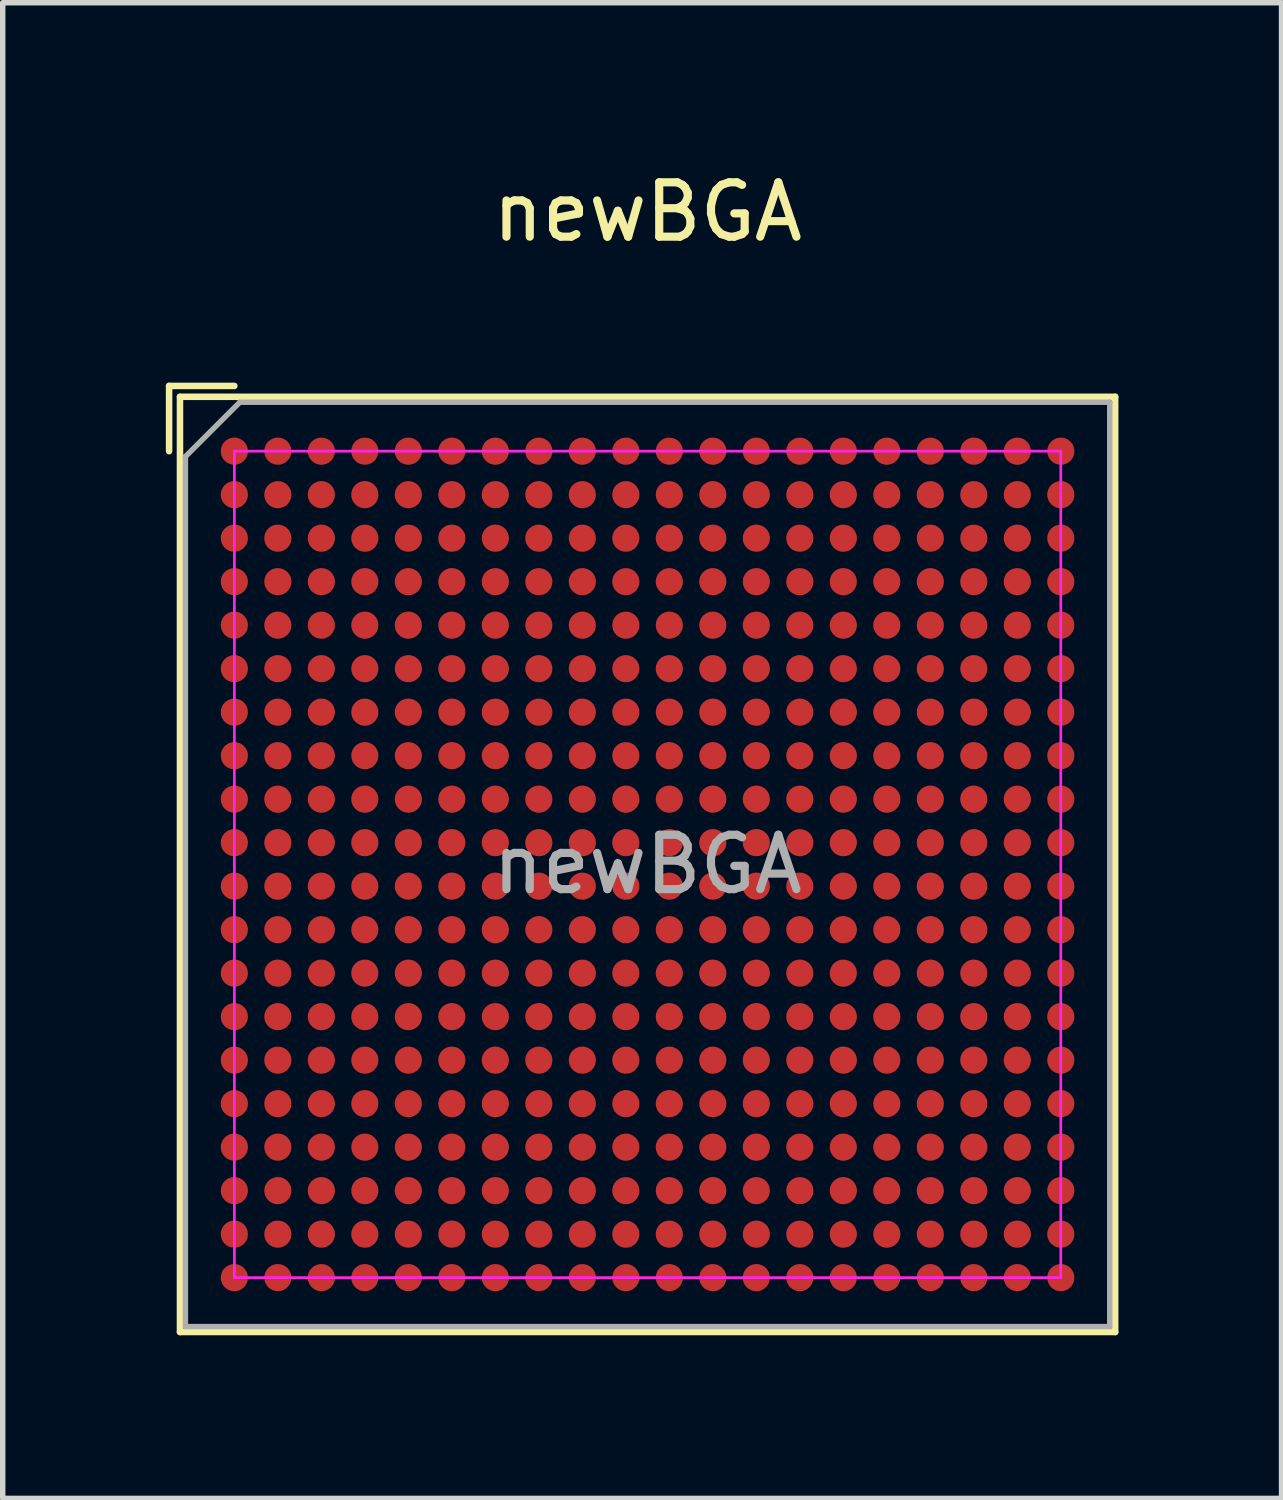
<source format=kicad_pcb>
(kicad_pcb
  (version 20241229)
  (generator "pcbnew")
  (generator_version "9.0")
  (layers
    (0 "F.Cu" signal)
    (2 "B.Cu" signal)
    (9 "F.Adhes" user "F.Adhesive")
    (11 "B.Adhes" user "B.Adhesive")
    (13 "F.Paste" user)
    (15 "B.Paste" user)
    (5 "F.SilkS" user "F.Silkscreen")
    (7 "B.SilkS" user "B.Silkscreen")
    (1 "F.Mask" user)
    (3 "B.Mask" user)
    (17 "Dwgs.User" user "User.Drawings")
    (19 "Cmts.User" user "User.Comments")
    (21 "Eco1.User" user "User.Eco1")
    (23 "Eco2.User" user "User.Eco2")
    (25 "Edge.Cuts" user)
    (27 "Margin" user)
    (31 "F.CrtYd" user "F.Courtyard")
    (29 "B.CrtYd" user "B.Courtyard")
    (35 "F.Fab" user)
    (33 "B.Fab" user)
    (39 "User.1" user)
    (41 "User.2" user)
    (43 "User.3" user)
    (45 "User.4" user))
  (footprint "newBGA"
    (layer "F.Cu")
    (at 8.86 12.848)
    (property "Reference" "newBGA" (at 0 -12 0) (layer "F.SilkS") (effects (font (size 1 1) (thickness 0.15))))
    (attr smd)
    (fp_line (start -8.8 -8.8) (end -7.6 -8.8) (stroke (width 0.12) (type solid)) (layer "F.SilkS"))
    (fp_line (start -8.8 -7.6) (end -8.8 -8.8) (stroke (width 0.12) (type solid)) (layer "F.SilkS"))
    (fp_line (start -8.6 -8.6) (end 8.6 -8.6) (stroke (width 0.12) (type solid)) (layer "F.SilkS"))
    (fp_line (start -8.6 8.6) (end -8.6 -8.6) (stroke (width 0.12) (type solid)) (layer "F.SilkS"))
    (fp_line (start 8.6 -8.6) (end 8.6 8.6) (stroke (width 0.12) (type solid)) (layer "F.SilkS"))
    (fp_line (start 8.6 8.6) (end -8.6 8.6) (stroke (width 0.12) (type solid)) (layer "F.SilkS"))
    (fp_line (start -7.6 -7.6) (end -7.6 7.6) (stroke (width 0.05) (type solid)) (layer "F.CrtYd"))
    (fp_line (start -7.6 -7.6) (end 7.6 -7.6) (stroke (width 0.05) (type solid)) (layer "F.CrtYd"))
    (fp_line (start 7.6 7.6) (end -7.6 7.6) (stroke (width 0.05) (type solid)) (layer "F.CrtYd"))
    (fp_line (start 7.6 7.6) (end 7.6 -7.6) (stroke (width 0.05) (type solid)) (layer "F.CrtYd"))
    (fp_line (start -8.5 -7.5) (end -7.5 -8.5) (stroke (width 0.1) (type solid)) (layer "F.Fab"))
    (fp_line (start -8.5 8.5) (end -8.5 -7.5) (stroke (width 0.1) (type solid)) (layer "F.Fab"))
    (fp_line (start -7.5 -8.5) (end 8.5 -8.5) (stroke (width 0.1) (type solid)) (layer "F.Fab"))
    (fp_line (start 8.5 -8.5) (end 8.5 8.5) (stroke (width 0.1) (type solid)) (layer "F.Fab"))
    (fp_line (start 8.5 8.5) (end -8.5 8.5) (stroke (width 0.1) (type solid)) (layer "F.Fab"))
    (fp_text user "${REFERENCE}" (at 0 0 0) (layer "F.Fab") (effects (font (size 1 1) (thickness 0.15))))
    (pad "A1" smd circle (at -7.6 -7.6) (size 0.5 0.5) (layers "F.Cu" "F.Mask" "F.Paste"))
    (pad "A2" smd circle (at -6.8 -7.6) (size 0.5 0.5) (layers "F.Cu" "F.Mask" "F.Paste"))
    (pad "A3" smd circle (at -6 -7.6) (size 0.5 0.5) (layers "F.Cu" "F.Mask" "F.Paste"))
    (pad "A4" smd circle (at -5.2 -7.6) (size 0.5 0.5) (layers "F.Cu" "F.Mask" "F.Paste"))
    (pad "A5" smd circle (at -4.4 -7.6) (size 0.5 0.5) (layers "F.Cu" "F.Mask" "F.Paste"))
    (pad "A6" smd circle (at -3.6 -7.6) (size 0.5 0.5) (layers "F.Cu" "F.Mask" "F.Paste"))
    (pad "A7" smd circle (at -2.8 -7.6) (size 0.5 0.5) (layers "F.Cu" "F.Mask" "F.Paste"))
    (pad "A8" smd circle (at -2 -7.6) (size 0.5 0.5) (layers "F.Cu" "F.Mask" "F.Paste"))
    (pad "A9" smd circle (at -1.2 -7.6) (size 0.5 0.5) (layers "F.Cu" "F.Mask" "F.Paste"))
    (pad "A10" smd circle (at -0.4 -7.6) (size 0.5 0.5) (layers "F.Cu" "F.Mask" "F.Paste"))
    (pad "A11" smd circle (at 0.4 -7.6) (size 0.5 0.5) (layers "F.Cu" "F.Mask" "F.Paste"))
    (pad "A12" smd circle (at 1.2 -7.6) (size 0.5 0.5) (layers "F.Cu" "F.Mask" "F.Paste"))
    (pad "A13" smd circle (at 2 -7.6) (size 0.5 0.5) (layers "F.Cu" "F.Mask" "F.Paste"))
    (pad "A14" smd circle (at 2.8 -7.6) (size 0.5 0.5) (layers "F.Cu" "F.Mask" "F.Paste"))
    (pad "A15" smd circle (at 3.6 -7.6) (size 0.5 0.5) (layers "F.Cu" "F.Mask" "F.Paste"))
    (pad "A16" smd circle (at 4.4 -7.6) (size 0.5 0.5) (layers "F.Cu" "F.Mask" "F.Paste"))
    (pad "A17" smd circle (at 5.2 -7.6) (size 0.5 0.5) (layers "F.Cu" "F.Mask" "F.Paste"))
    (pad "A18" smd circle (at 6 -7.6) (size 0.5 0.5) (layers "F.Cu" "F.Mask" "F.Paste"))
    (pad "A19" smd circle (at 6.8 -7.6) (size 0.5 0.5) (layers "F.Cu" "F.Mask" "F.Paste"))
    (pad "A20" smd circle (at 7.6 -7.6) (size 0.5 0.5) (layers "F.Cu" "F.Mask" "F.Paste"))
    (pad "B1" smd circle (at -7.6 -6.8) (size 0.5 0.5) (layers "F.Cu" "F.Mask" "F.Paste"))
    (pad "B2" smd circle (at -6.8 -6.8) (size 0.5 0.5) (layers "F.Cu" "F.Mask" "F.Paste"))
    (pad "B3" smd circle (at -6 -6.8) (size 0.5 0.5) (layers "F.Cu" "F.Mask" "F.Paste"))
    (pad "B4" smd circle (at -5.2 -6.8) (size 0.5 0.5) (layers "F.Cu" "F.Mask" "F.Paste"))
    (pad "B5" smd circle (at -4.4 -6.8) (size 0.5 0.5) (layers "F.Cu" "F.Mask" "F.Paste"))
    (pad "B6" smd circle (at -3.6 -6.8) (size 0.5 0.5) (layers "F.Cu" "F.Mask" "F.Paste"))
    (pad "B7" smd circle (at -2.8 -6.8) (size 0.5 0.5) (layers "F.Cu" "F.Mask" "F.Paste"))
    (pad "B8" smd circle (at -2 -6.8) (size 0.5 0.5) (layers "F.Cu" "F.Mask" "F.Paste"))
    (pad "B9" smd circle (at -1.2 -6.8) (size 0.5 0.5) (layers "F.Cu" "F.Mask" "F.Paste"))
    (pad "B10" smd circle (at -0.4 -6.8) (size 0.5 0.5) (layers "F.Cu" "F.Mask" "F.Paste"))
    (pad "B11" smd circle (at 0.4 -6.8) (size 0.5 0.5) (layers "F.Cu" "F.Mask" "F.Paste"))
    (pad "B12" smd circle (at 1.2 -6.8) (size 0.5 0.5) (layers "F.Cu" "F.Mask" "F.Paste"))
    (pad "B13" smd circle (at 2 -6.8) (size 0.5 0.5) (layers "F.Cu" "F.Mask" "F.Paste"))
    (pad "B14" smd circle (at 2.8 -6.8) (size 0.5 0.5) (layers "F.Cu" "F.Mask" "F.Paste"))
    (pad "B15" smd circle (at 3.6 -6.8) (size 0.5 0.5) (layers "F.Cu" "F.Mask" "F.Paste"))
    (pad "B16" smd circle (at 4.4 -6.8) (size 0.5 0.5) (layers "F.Cu" "F.Mask" "F.Paste"))
    (pad "B17" smd circle (at 5.2 -6.8) (size 0.5 0.5) (layers "F.Cu" "F.Mask" "F.Paste"))
    (pad "B18" smd circle (at 6 -6.8) (size 0.5 0.5) (layers "F.Cu" "F.Mask" "F.Paste"))
    (pad "B19" smd circle (at 6.8 -6.8) (size 0.5 0.5) (layers "F.Cu" "F.Mask" "F.Paste"))
    (pad "B20" smd circle (at 7.6 -6.8) (size 0.5 0.5) (layers "F.Cu" "F.Mask" "F.Paste"))
    (pad "C1" smd circle (at -7.6 -6) (size 0.5 0.5) (layers "F.Cu" "F.Mask" "F.Paste"))
    (pad "C2" smd circle (at -6.8 -6) (size 0.5 0.5) (layers "F.Cu" "F.Mask" "F.Paste"))
    (pad "C3" smd circle (at -6 -6) (size 0.5 0.5) (layers "F.Cu" "F.Mask" "F.Paste"))
    (pad "C4" smd circle (at -5.2 -6) (size 0.5 0.5) (layers "F.Cu" "F.Mask" "F.Paste"))
    (pad "C5" smd circle (at -4.4 -6) (size 0.5 0.5) (layers "F.Cu" "F.Mask" "F.Paste"))
    (pad "C6" smd circle (at -3.6 -6) (size 0.5 0.5) (layers "F.Cu" "F.Mask" "F.Paste"))
    (pad "C7" smd circle (at -2.8 -6) (size 0.5 0.5) (layers "F.Cu" "F.Mask" "F.Paste"))
    (pad "C8" smd circle (at -2 -6) (size 0.5 0.5) (layers "F.Cu" "F.Mask" "F.Paste"))
    (pad "C9" smd circle (at -1.2 -6) (size 0.5 0.5) (layers "F.Cu" "F.Mask" "F.Paste"))
    (pad "C10" smd circle (at -0.4 -6) (size 0.5 0.5) (layers "F.Cu" "F.Mask" "F.Paste"))
    (pad "C11" smd circle (at 0.4 -6) (size 0.5 0.5) (layers "F.Cu" "F.Mask" "F.Paste"))
    (pad "C12" smd circle (at 1.2 -6) (size 0.5 0.5) (layers "F.Cu" "F.Mask" "F.Paste"))
    (pad "C13" smd circle (at 2 -6) (size 0.5 0.5) (layers "F.Cu" "F.Mask" "F.Paste"))
    (pad "C14" smd circle (at 2.8 -6) (size 0.5 0.5) (layers "F.Cu" "F.Mask" "F.Paste"))
    (pad "C15" smd circle (at 3.6 -6) (size 0.5 0.5) (layers "F.Cu" "F.Mask" "F.Paste"))
    (pad "C16" smd circle (at 4.4 -6) (size 0.5 0.5) (layers "F.Cu" "F.Mask" "F.Paste"))
    (pad "C17" smd circle (at 5.2 -6) (size 0.5 0.5) (layers "F.Cu" "F.Mask" "F.Paste"))
    (pad "C18" smd circle (at 6 -6) (size 0.5 0.5) (layers "F.Cu" "F.Mask" "F.Paste"))
    (pad "C19" smd circle (at 6.8 -6) (size 0.5 0.5) (layers "F.Cu" "F.Mask" "F.Paste"))
    (pad "C20" smd circle (at 7.6 -6) (size 0.5 0.5) (layers "F.Cu" "F.Mask" "F.Paste"))
    (pad "D1" smd circle (at -7.6 -5.2) (size 0.5 0.5) (layers "F.Cu" "F.Mask" "F.Paste"))
    (pad "D2" smd circle (at -6.8 -5.2) (size 0.5 0.5) (layers "F.Cu" "F.Mask" "F.Paste"))
    (pad "D3" smd circle (at -6 -5.2) (size 0.5 0.5) (layers "F.Cu" "F.Mask" "F.Paste"))
    (pad "D4" smd circle (at -5.2 -5.2) (size 0.5 0.5) (layers "F.Cu" "F.Mask" "F.Paste"))
    (pad "D5" smd circle (at -4.4 -5.2) (size 0.5 0.5) (layers "F.Cu" "F.Mask" "F.Paste"))
    (pad "D6" smd circle (at -3.6 -5.2) (size 0.5 0.5) (layers "F.Cu" "F.Mask" "F.Paste"))
    (pad "D7" smd circle (at -2.8 -5.2) (size 0.5 0.5) (layers "F.Cu" "F.Mask" "F.Paste"))
    (pad "D8" smd circle (at -2 -5.2) (size 0.5 0.5) (layers "F.Cu" "F.Mask" "F.Paste"))
    (pad "D9" smd circle (at -1.2 -5.2) (size 0.5 0.5) (layers "F.Cu" "F.Mask" "F.Paste"))
    (pad "D10" smd circle (at -0.4 -5.2) (size 0.5 0.5) (layers "F.Cu" "F.Mask" "F.Paste"))
    (pad "D11" smd circle (at 0.4 -5.2) (size 0.5 0.5) (layers "F.Cu" "F.Mask" "F.Paste"))
    (pad "D12" smd circle (at 1.2 -5.2) (size 0.5 0.5) (layers "F.Cu" "F.Mask" "F.Paste"))
    (pad "D13" smd circle (at 2 -5.2) (size 0.5 0.5) (layers "F.Cu" "F.Mask" "F.Paste"))
    (pad "D14" smd circle (at 2.8 -5.2) (size 0.5 0.5) (layers "F.Cu" "F.Mask" "F.Paste"))
    (pad "D15" smd circle (at 3.6 -5.2) (size 0.5 0.5) (layers "F.Cu" "F.Mask" "F.Paste"))
    (pad "D16" smd circle (at 4.4 -5.2) (size 0.5 0.5) (layers "F.Cu" "F.Mask" "F.Paste"))
    (pad "D17" smd circle (at 5.2 -5.2) (size 0.5 0.5) (layers "F.Cu" "F.Mask" "F.Paste"))
    (pad "D18" smd circle (at 6 -5.2) (size 0.5 0.5) (layers "F.Cu" "F.Mask" "F.Paste"))
    (pad "D19" smd circle (at 6.8 -5.2) (size 0.5 0.5) (layers "F.Cu" "F.Mask" "F.Paste"))
    (pad "D20" smd circle (at 7.6 -5.2) (size 0.5 0.5) (layers "F.Cu" "F.Mask" "F.Paste"))
    (pad "E1" smd circle (at -7.6 -4.4) (size 0.5 0.5) (layers "F.Cu" "F.Mask" "F.Paste"))
    (pad "E2" smd circle (at -6.8 -4.4) (size 0.5 0.5) (layers "F.Cu" "F.Mask" "F.Paste"))
    (pad "E3" smd circle (at -6 -4.4) (size 0.5 0.5) (layers "F.Cu" "F.Mask" "F.Paste"))
    (pad "E4" smd circle (at -5.2 -4.4) (size 0.5 0.5) (layers "F.Cu" "F.Mask" "F.Paste"))
    (pad "E5" smd circle (at -4.4 -4.4) (size 0.5 0.5) (layers "F.Cu" "F.Mask" "F.Paste"))
    (pad "E6" smd circle (at -3.6 -4.4) (size 0.5 0.5) (layers "F.Cu" "F.Mask" "F.Paste"))
    (pad "E7" smd circle (at -2.8 -4.4) (size 0.5 0.5) (layers "F.Cu" "F.Mask" "F.Paste"))
    (pad "E8" smd circle (at -2 -4.4) (size 0.5 0.5) (layers "F.Cu" "F.Mask" "F.Paste"))
    (pad "E9" smd circle (at -1.2 -4.4) (size 0.5 0.5) (layers "F.Cu" "F.Mask" "F.Paste"))
    (pad "E10" smd circle (at -0.4 -4.4) (size 0.5 0.5) (layers "F.Cu" "F.Mask" "F.Paste"))
    (pad "E11" smd circle (at 0.4 -4.4) (size 0.5 0.5) (layers "F.Cu" "F.Mask" "F.Paste"))
    (pad "E12" smd circle (at 1.2 -4.4) (size 0.5 0.5) (layers "F.Cu" "F.Mask" "F.Paste"))
    (pad "E13" smd circle (at 2 -4.4) (size 0.5 0.5) (layers "F.Cu" "F.Mask" "F.Paste"))
    (pad "E14" smd circle (at 2.8 -4.4) (size 0.5 0.5) (layers "F.Cu" "F.Mask" "F.Paste"))
    (pad "E15" smd circle (at 3.6 -4.4) (size 0.5 0.5) (layers "F.Cu" "F.Mask" "F.Paste"))
    (pad "E16" smd circle (at 4.4 -4.4) (size 0.5 0.5) (layers "F.Cu" "F.Mask" "F.Paste"))
    (pad "E17" smd circle (at 5.2 -4.4) (size 0.5 0.5) (layers "F.Cu" "F.Mask" "F.Paste"))
    (pad "E18" smd circle (at 6 -4.4) (size 0.5 0.5) (layers "F.Cu" "F.Mask" "F.Paste"))
    (pad "E19" smd circle (at 6.8 -4.4) (size 0.5 0.5) (layers "F.Cu" "F.Mask" "F.Paste"))
    (pad "E20" smd circle (at 7.6 -4.4) (size 0.5 0.5) (layers "F.Cu" "F.Mask" "F.Paste"))
    (pad "F1" smd circle (at -7.6 -3.6) (size 0.5 0.5) (layers "F.Cu" "F.Mask" "F.Paste"))
    (pad "F2" smd circle (at -6.8 -3.6) (size 0.5 0.5) (layers "F.Cu" "F.Mask" "F.Paste"))
    (pad "F3" smd circle (at -6 -3.6) (size 0.5 0.5) (layers "F.Cu" "F.Mask" "F.Paste"))
    (pad "F4" smd circle (at -5.2 -3.6) (size 0.5 0.5) (layers "F.Cu" "F.Mask" "F.Paste"))
    (pad "F5" smd circle (at -4.4 -3.6) (size 0.5 0.5) (layers "F.Cu" "F.Mask" "F.Paste"))
    (pad "F6" smd circle (at -3.6 -3.6) (size 0.5 0.5) (layers "F.Cu" "F.Mask" "F.Paste"))
    (pad "F7" smd circle (at -2.8 -3.6) (size 0.5 0.5) (layers "F.Cu" "F.Mask" "F.Paste"))
    (pad "F8" smd circle (at -2 -3.6) (size 0.5 0.5) (layers "F.Cu" "F.Mask" "F.Paste"))
    (pad "F9" smd circle (at -1.2 -3.6) (size 0.5 0.5) (layers "F.Cu" "F.Mask" "F.Paste"))
    (pad "F10" smd circle (at -0.4 -3.6) (size 0.5 0.5) (layers "F.Cu" "F.Mask" "F.Paste"))
    (pad "F11" smd circle (at 0.4 -3.6) (size 0.5 0.5) (layers "F.Cu" "F.Mask" "F.Paste"))
    (pad "F12" smd circle (at 1.2 -3.6) (size 0.5 0.5) (layers "F.Cu" "F.Mask" "F.Paste"))
    (pad "F13" smd circle (at 2 -3.6) (size 0.5 0.5) (layers "F.Cu" "F.Mask" "F.Paste"))
    (pad "F14" smd circle (at 2.8 -3.6) (size 0.5 0.5) (layers "F.Cu" "F.Mask" "F.Paste"))
    (pad "F15" smd circle (at 3.6 -3.6) (size 0.5 0.5) (layers "F.Cu" "F.Mask" "F.Paste"))
    (pad "F16" smd circle (at 4.4 -3.6) (size 0.5 0.5) (layers "F.Cu" "F.Mask" "F.Paste"))
    (pad "F17" smd circle (at 5.2 -3.6) (size 0.5 0.5) (layers "F.Cu" "F.Mask" "F.Paste"))
    (pad "F18" smd circle (at 6 -3.6) (size 0.5 0.5) (layers "F.Cu" "F.Mask" "F.Paste"))
    (pad "F19" smd circle (at 6.8 -3.6) (size 0.5 0.5) (layers "F.Cu" "F.Mask" "F.Paste"))
    (pad "F20" smd circle (at 7.6 -3.6) (size 0.5 0.5) (layers "F.Cu" "F.Mask" "F.Paste"))
    (pad "G1" smd circle (at -7.6 -2.8) (size 0.5 0.5) (layers "F.Cu" "F.Mask" "F.Paste"))
    (pad "G2" smd circle (at -6.8 -2.8) (size 0.5 0.5) (layers "F.Cu" "F.Mask" "F.Paste"))
    (pad "G3" smd circle (at -6 -2.8) (size 0.5 0.5) (layers "F.Cu" "F.Mask" "F.Paste"))
    (pad "G4" smd circle (at -5.2 -2.8) (size 0.5 0.5) (layers "F.Cu" "F.Mask" "F.Paste"))
    (pad "G5" smd circle (at -4.4 -2.8) (size 0.5 0.5) (layers "F.Cu" "F.Mask" "F.Paste"))
    (pad "G6" smd circle (at -3.6 -2.8) (size 0.5 0.5) (layers "F.Cu" "F.Mask" "F.Paste"))
    (pad "G7" smd circle (at -2.8 -2.8) (size 0.5 0.5) (layers "F.Cu" "F.Mask" "F.Paste"))
    (pad "G8" smd circle (at -2 -2.8) (size 0.5 0.5) (layers "F.Cu" "F.Mask" "F.Paste"))
    (pad "G9" smd circle (at -1.2 -2.8) (size 0.5 0.5) (layers "F.Cu" "F.Mask" "F.Paste"))
    (pad "G10" smd circle (at -0.4 -2.8) (size 0.5 0.5) (layers "F.Cu" "F.Mask" "F.Paste"))
    (pad "G11" smd circle (at 0.4 -2.8) (size 0.5 0.5) (layers "F.Cu" "F.Mask" "F.Paste"))
    (pad "G12" smd circle (at 1.2 -2.8) (size 0.5 0.5) (layers "F.Cu" "F.Mask" "F.Paste"))
    (pad "G13" smd circle (at 2 -2.8) (size 0.5 0.5) (layers "F.Cu" "F.Mask" "F.Paste"))
    (pad "G14" smd circle (at 2.8 -2.8) (size 0.5 0.5) (layers "F.Cu" "F.Mask" "F.Paste"))
    (pad "G15" smd circle (at 3.6 -2.8) (size 0.5 0.5) (layers "F.Cu" "F.Mask" "F.Paste"))
    (pad "G16" smd circle (at 4.4 -2.8) (size 0.5 0.5) (layers "F.Cu" "F.Mask" "F.Paste"))
    (pad "G17" smd circle (at 5.2 -2.8) (size 0.5 0.5) (layers "F.Cu" "F.Mask" "F.Paste"))
    (pad "G18" smd circle (at 6 -2.8) (size 0.5 0.5) (layers "F.Cu" "F.Mask" "F.Paste"))
    (pad "G19" smd circle (at 6.8 -2.8) (size 0.5 0.5) (layers "F.Cu" "F.Mask" "F.Paste"))
    (pad "G20" smd circle (at 7.6 -2.8) (size 0.5 0.5) (layers "F.Cu" "F.Mask" "F.Paste"))
    (pad "H1" smd circle (at -7.6 -2) (size 0.5 0.5) (layers "F.Cu" "F.Mask" "F.Paste"))
    (pad "H2" smd circle (at -6.8 -2) (size 0.5 0.5) (layers "F.Cu" "F.Mask" "F.Paste"))
    (pad "H3" smd circle (at -6 -2) (size 0.5 0.5) (layers "F.Cu" "F.Mask" "F.Paste"))
    (pad "H4" smd circle (at -5.2 -2) (size 0.5 0.5) (layers "F.Cu" "F.Mask" "F.Paste"))
    (pad "H5" smd circle (at -4.4 -2) (size 0.5 0.5) (layers "F.Cu" "F.Mask" "F.Paste"))
    (pad "H6" smd circle (at -3.6 -2) (size 0.5 0.5) (layers "F.Cu" "F.Mask" "F.Paste"))
    (pad "H7" smd circle (at -2.8 -2) (size 0.5 0.5) (layers "F.Cu" "F.Mask" "F.Paste"))
    (pad "H8" smd circle (at -2 -2) (size 0.5 0.5) (layers "F.Cu" "F.Mask" "F.Paste"))
    (pad "H9" smd circle (at -1.2 -2) (size 0.5 0.5) (layers "F.Cu" "F.Mask" "F.Paste"))
    (pad "H10" smd circle (at -0.4 -2) (size 0.5 0.5) (layers "F.Cu" "F.Mask" "F.Paste"))
    (pad "H11" smd circle (at 0.4 -2) (size 0.5 0.5) (layers "F.Cu" "F.Mask" "F.Paste"))
    (pad "H12" smd circle (at 1.2 -2) (size 0.5 0.5) (layers "F.Cu" "F.Mask" "F.Paste"))
    (pad "H13" smd circle (at 2 -2) (size 0.5 0.5) (layers "F.Cu" "F.Mask" "F.Paste"))
    (pad "H14" smd circle (at 2.8 -2) (size 0.5 0.5) (layers "F.Cu" "F.Mask" "F.Paste"))
    (pad "H15" smd circle (at 3.6 -2) (size 0.5 0.5) (layers "F.Cu" "F.Mask" "F.Paste"))
    (pad "H16" smd circle (at 4.4 -2) (size 0.5 0.5) (layers "F.Cu" "F.Mask" "F.Paste"))
    (pad "H17" smd circle (at 5.2 -2) (size 0.5 0.5) (layers "F.Cu" "F.Mask" "F.Paste"))
    (pad "H18" smd circle (at 6 -2) (size 0.5 0.5) (layers "F.Cu" "F.Mask" "F.Paste"))
    (pad "H19" smd circle (at 6.8 -2) (size 0.5 0.5) (layers "F.Cu" "F.Mask" "F.Paste"))
    (pad "H20" smd circle (at 7.6 -2) (size 0.5 0.5) (layers "F.Cu" "F.Mask" "F.Paste"))
    (pad "I1" smd circle (at -7.6 -1.2) (size 0.5 0.5) (layers "F.Cu" "F.Mask" "F.Paste"))
    (pad "I2" smd circle (at -6.8 -1.2) (size 0.5 0.5) (layers "F.Cu" "F.Mask" "F.Paste"))
    (pad "I3" smd circle (at -6 -1.2) (size 0.5 0.5) (layers "F.Cu" "F.Mask" "F.Paste"))
    (pad "I4" smd circle (at -5.2 -1.2) (size 0.5 0.5) (layers "F.Cu" "F.Mask" "F.Paste"))
    (pad "I5" smd circle (at -4.4 -1.2) (size 0.5 0.5) (layers "F.Cu" "F.Mask" "F.Paste"))
    (pad "I6" smd circle (at -3.6 -1.2) (size 0.5 0.5) (layers "F.Cu" "F.Mask" "F.Paste"))
    (pad "I7" smd circle (at -2.8 -1.2) (size 0.5 0.5) (layers "F.Cu" "F.Mask" "F.Paste"))
    (pad "I8" smd circle (at -2 -1.2) (size 0.5 0.5) (layers "F.Cu" "F.Mask" "F.Paste"))
    (pad "I9" smd circle (at -1.2 -1.2) (size 0.5 0.5) (layers "F.Cu" "F.Mask" "F.Paste"))
    (pad "I10" smd circle (at -0.4 -1.2) (size 0.5 0.5) (layers "F.Cu" "F.Mask" "F.Paste"))
    (pad "I11" smd circle (at 0.4 -1.2) (size 0.5 0.5) (layers "F.Cu" "F.Mask" "F.Paste"))
    (pad "I12" smd circle (at 1.2 -1.2) (size 0.5 0.5) (layers "F.Cu" "F.Mask" "F.Paste"))
    (pad "I13" smd circle (at 2 -1.2) (size 0.5 0.5) (layers "F.Cu" "F.Mask" "F.Paste"))
    (pad "I14" smd circle (at 2.8 -1.2) (size 0.5 0.5) (layers "F.Cu" "F.Mask" "F.Paste"))
    (pad "I15" smd circle (at 3.6 -1.2) (size 0.5 0.5) (layers "F.Cu" "F.Mask" "F.Paste"))
    (pad "I16" smd circle (at 4.4 -1.2) (size 0.5 0.5) (layers "F.Cu" "F.Mask" "F.Paste"))
    (pad "I17" smd circle (at 5.2 -1.2) (size 0.5 0.5) (layers "F.Cu" "F.Mask" "F.Paste"))
    (pad "I18" smd circle (at 6 -1.2) (size 0.5 0.5) (layers "F.Cu" "F.Mask" "F.Paste"))
    (pad "I19" smd circle (at 6.8 -1.2) (size 0.5 0.5) (layers "F.Cu" "F.Mask" "F.Paste"))
    (pad "I20" smd circle (at 7.6 -1.2) (size 0.5 0.5) (layers "F.Cu" "F.Mask" "F.Paste"))
    (pad "J1" smd circle (at -7.6 -0.4) (size 0.5 0.5) (layers "F.Cu" "F.Mask" "F.Paste"))
    (pad "J2" smd circle (at -6.8 -0.4) (size 0.5 0.5) (layers "F.Cu" "F.Mask" "F.Paste"))
    (pad "J3" smd circle (at -6 -0.4) (size 0.5 0.5) (layers "F.Cu" "F.Mask" "F.Paste"))
    (pad "J4" smd circle (at -5.2 -0.4) (size 0.5 0.5) (layers "F.Cu" "F.Mask" "F.Paste"))
    (pad "J5" smd circle (at -4.4 -0.4) (size 0.5 0.5) (layers "F.Cu" "F.Mask" "F.Paste"))
    (pad "J6" smd circle (at -3.6 -0.4) (size 0.5 0.5) (layers "F.Cu" "F.Mask" "F.Paste"))
    (pad "J7" smd circle (at -2.8 -0.4) (size 0.5 0.5) (layers "F.Cu" "F.Mask" "F.Paste"))
    (pad "J8" smd circle (at -2 -0.4) (size 0.5 0.5) (layers "F.Cu" "F.Mask" "F.Paste"))
    (pad "J9" smd circle (at -1.2 -0.4) (size 0.5 0.5) (layers "F.Cu" "F.Mask" "F.Paste"))
    (pad "J10" smd circle (at -0.4 -0.4) (size 0.5 0.5) (layers "F.Cu" "F.Mask" "F.Paste"))
    (pad "J11" smd circle (at 0.4 -0.4) (size 0.5 0.5) (layers "F.Cu" "F.Mask" "F.Paste"))
    (pad "J12" smd circle (at 1.2 -0.4) (size 0.5 0.5) (layers "F.Cu" "F.Mask" "F.Paste"))
    (pad "J13" smd circle (at 2 -0.4) (size 0.5 0.5) (layers "F.Cu" "F.Mask" "F.Paste"))
    (pad "J14" smd circle (at 2.8 -0.4) (size 0.5 0.5) (layers "F.Cu" "F.Mask" "F.Paste"))
    (pad "J15" smd circle (at 3.6 -0.4) (size 0.5 0.5) (layers "F.Cu" "F.Mask" "F.Paste"))
    (pad "J16" smd circle (at 4.4 -0.4) (size 0.5 0.5) (layers "F.Cu" "F.Mask" "F.Paste"))
    (pad "J17" smd circle (at 5.2 -0.4) (size 0.5 0.5) (layers "F.Cu" "F.Mask" "F.Paste"))
    (pad "J18" smd circle (at 6 -0.4) (size 0.5 0.5) (layers "F.Cu" "F.Mask" "F.Paste"))
    (pad "J19" smd circle (at 6.8 -0.4) (size 0.5 0.5) (layers "F.Cu" "F.Mask" "F.Paste"))
    (pad "J20" smd circle (at 7.6 -0.4) (size 0.5 0.5) (layers "F.Cu" "F.Mask" "F.Paste"))
    (pad "K1" smd circle (at -7.6 0.4) (size 0.5 0.5) (layers "F.Cu" "F.Mask" "F.Paste"))
    (pad "K2" smd circle (at -6.8 0.4) (size 0.5 0.5) (layers "F.Cu" "F.Mask" "F.Paste"))
    (pad "K3" smd circle (at -6 0.4) (size 0.5 0.5) (layers "F.Cu" "F.Mask" "F.Paste"))
    (pad "K4" smd circle (at -5.2 0.4) (size 0.5 0.5) (layers "F.Cu" "F.Mask" "F.Paste"))
    (pad "K5" smd circle (at -4.4 0.4) (size 0.5 0.5) (layers "F.Cu" "F.Mask" "F.Paste"))
    (pad "K6" smd circle (at -3.6 0.4) (size 0.5 0.5) (layers "F.Cu" "F.Mask" "F.Paste"))
    (pad "K7" smd circle (at -2.8 0.4) (size 0.5 0.5) (layers "F.Cu" "F.Mask" "F.Paste"))
    (pad "K8" smd circle (at -2 0.4) (size 0.5 0.5) (layers "F.Cu" "F.Mask" "F.Paste"))
    (pad "K9" smd circle (at -1.2 0.4) (size 0.5 0.5) (layers "F.Cu" "F.Mask" "F.Paste"))
    (pad "K10" smd circle (at -0.4 0.4) (size 0.5 0.5) (layers "F.Cu" "F.Mask" "F.Paste"))
    (pad "K11" smd circle (at 0.4 0.4) (size 0.5 0.5) (layers "F.Cu" "F.Mask" "F.Paste"))
    (pad "K12" smd circle (at 1.2 0.4) (size 0.5 0.5) (layers "F.Cu" "F.Mask" "F.Paste"))
    (pad "K13" smd circle (at 2 0.4) (size 0.5 0.5) (layers "F.Cu" "F.Mask" "F.Paste"))
    (pad "K14" smd circle (at 2.8 0.4) (size 0.5 0.5) (layers "F.Cu" "F.Mask" "F.Paste"))
    (pad "K15" smd circle (at 3.6 0.4) (size 0.5 0.5) (layers "F.Cu" "F.Mask" "F.Paste"))
    (pad "K16" smd circle (at 4.4 0.4) (size 0.5 0.5) (layers "F.Cu" "F.Mask" "F.Paste"))
    (pad "K17" smd circle (at 5.2 0.4) (size 0.5 0.5) (layers "F.Cu" "F.Mask" "F.Paste"))
    (pad "K18" smd circle (at 6 0.4) (size 0.5 0.5) (layers "F.Cu" "F.Mask" "F.Paste"))
    (pad "K19" smd circle (at 6.8 0.4) (size 0.5 0.5) (layers "F.Cu" "F.Mask" "F.Paste"))
    (pad "K20" smd circle (at 7.6 0.4) (size 0.5 0.5) (layers "F.Cu" "F.Mask" "F.Paste"))
    (pad "L1" smd circle (at -7.6 1.2) (size 0.5 0.5) (layers "F.Cu" "F.Mask" "F.Paste"))
    (pad "L2" smd circle (at -6.8 1.2) (size 0.5 0.5) (layers "F.Cu" "F.Mask" "F.Paste"))
    (pad "L3" smd circle (at -6 1.2) (size 0.5 0.5) (layers "F.Cu" "F.Mask" "F.Paste"))
    (pad "L4" smd circle (at -5.2 1.2) (size 0.5 0.5) (layers "F.Cu" "F.Mask" "F.Paste"))
    (pad "L5" smd circle (at -4.4 1.2) (size 0.5 0.5) (layers "F.Cu" "F.Mask" "F.Paste"))
    (pad "L6" smd circle (at -3.6 1.2) (size 0.5 0.5) (layers "F.Cu" "F.Mask" "F.Paste"))
    (pad "L7" smd circle (at -2.8 1.2) (size 0.5 0.5) (layers "F.Cu" "F.Mask" "F.Paste"))
    (pad "L8" smd circle (at -2 1.2) (size 0.5 0.5) (layers "F.Cu" "F.Mask" "F.Paste"))
    (pad "L9" smd circle (at -1.2 1.2) (size 0.5 0.5) (layers "F.Cu" "F.Mask" "F.Paste"))
    (pad "L10" smd circle (at -0.4 1.2) (size 0.5 0.5) (layers "F.Cu" "F.Mask" "F.Paste"))
    (pad "L11" smd circle (at 0.4 1.2) (size 0.5 0.5) (layers "F.Cu" "F.Mask" "F.Paste"))
    (pad "L12" smd circle (at 1.2 1.2) (size 0.5 0.5) (layers "F.Cu" "F.Mask" "F.Paste"))
    (pad "L13" smd circle (at 2 1.2) (size 0.5 0.5) (layers "F.Cu" "F.Mask" "F.Paste"))
    (pad "L14" smd circle (at 2.8 1.2) (size 0.5 0.5) (layers "F.Cu" "F.Mask" "F.Paste"))
    (pad "L15" smd circle (at 3.6 1.2) (size 0.5 0.5) (layers "F.Cu" "F.Mask" "F.Paste"))
    (pad "L16" smd circle (at 4.4 1.2) (size 0.5 0.5) (layers "F.Cu" "F.Mask" "F.Paste"))
    (pad "L17" smd circle (at 5.2 1.2) (size 0.5 0.5) (layers "F.Cu" "F.Mask" "F.Paste"))
    (pad "L18" smd circle (at 6 1.2) (size 0.5 0.5) (layers "F.Cu" "F.Mask" "F.Paste"))
    (pad "L19" smd circle (at 6.8 1.2) (size 0.5 0.5) (layers "F.Cu" "F.Mask" "F.Paste"))
    (pad "L20" smd circle (at 7.6 1.2) (size 0.5 0.5) (layers "F.Cu" "F.Mask" "F.Paste"))
    (pad "M1" smd circle (at -7.6 2) (size 0.5 0.5) (layers "F.Cu" "F.Mask" "F.Paste"))
    (pad "M2" smd circle (at -6.8 2) (size 0.5 0.5) (layers "F.Cu" "F.Mask" "F.Paste"))
    (pad "M3" smd circle (at -6 2) (size 0.5 0.5) (layers "F.Cu" "F.Mask" "F.Paste"))
    (pad "M4" smd circle (at -5.2 2) (size 0.5 0.5) (layers "F.Cu" "F.Mask" "F.Paste"))
    (pad "M5" smd circle (at -4.4 2) (size 0.5 0.5) (layers "F.Cu" "F.Mask" "F.Paste"))
    (pad "M6" smd circle (at -3.6 2) (size 0.5 0.5) (layers "F.Cu" "F.Mask" "F.Paste"))
    (pad "M7" smd circle (at -2.8 2) (size 0.5 0.5) (layers "F.Cu" "F.Mask" "F.Paste"))
    (pad "M8" smd circle (at -2 2) (size 0.5 0.5) (layers "F.Cu" "F.Mask" "F.Paste"))
    (pad "M9" smd circle (at -1.2 2) (size 0.5 0.5) (layers "F.Cu" "F.Mask" "F.Paste"))
    (pad "M10" smd circle (at -0.4 2) (size 0.5 0.5) (layers "F.Cu" "F.Mask" "F.Paste"))
    (pad "M11" smd circle (at 0.4 2) (size 0.5 0.5) (layers "F.Cu" "F.Mask" "F.Paste"))
    (pad "M12" smd circle (at 1.2 2) (size 0.5 0.5) (layers "F.Cu" "F.Mask" "F.Paste"))
    (pad "M13" smd circle (at 2 2) (size 0.5 0.5) (layers "F.Cu" "F.Mask" "F.Paste"))
    (pad "M14" smd circle (at 2.8 2) (size 0.5 0.5) (layers "F.Cu" "F.Mask" "F.Paste"))
    (pad "M15" smd circle (at 3.6 2) (size 0.5 0.5) (layers "F.Cu" "F.Mask" "F.Paste"))
    (pad "M16" smd circle (at 4.4 2) (size 0.5 0.5) (layers "F.Cu" "F.Mask" "F.Paste"))
    (pad "M17" smd circle (at 5.2 2) (size 0.5 0.5) (layers "F.Cu" "F.Mask" "F.Paste"))
    (pad "M18" smd circle (at 6 2) (size 0.5 0.5) (layers "F.Cu" "F.Mask" "F.Paste"))
    (pad "M19" smd circle (at 6.8 2) (size 0.5 0.5) (layers "F.Cu" "F.Mask" "F.Paste"))
    (pad "M20" smd circle (at 7.6 2) (size 0.5 0.5) (layers "F.Cu" "F.Mask" "F.Paste"))
    (pad "N1" smd circle (at -7.6 2.8) (size 0.5 0.5) (layers "F.Cu" "F.Mask" "F.Paste"))
    (pad "N2" smd circle (at -6.8 2.8) (size 0.5 0.5) (layers "F.Cu" "F.Mask" "F.Paste"))
    (pad "N3" smd circle (at -6 2.8) (size 0.5 0.5) (layers "F.Cu" "F.Mask" "F.Paste"))
    (pad "N4" smd circle (at -5.2 2.8) (size 0.5 0.5) (layers "F.Cu" "F.Mask" "F.Paste"))
    (pad "N5" smd circle (at -4.4 2.8) (size 0.5 0.5) (layers "F.Cu" "F.Mask" "F.Paste"))
    (pad "N6" smd circle (at -3.6 2.8) (size 0.5 0.5) (layers "F.Cu" "F.Mask" "F.Paste"))
    (pad "N7" smd circle (at -2.8 2.8) (size 0.5 0.5) (layers "F.Cu" "F.Mask" "F.Paste"))
    (pad "N8" smd circle (at -2 2.8) (size 0.5 0.5) (layers "F.Cu" "F.Mask" "F.Paste"))
    (pad "N9" smd circle (at -1.2 2.8) (size 0.5 0.5) (layers "F.Cu" "F.Mask" "F.Paste"))
    (pad "N10" smd circle (at -0.4 2.8) (size 0.5 0.5) (layers "F.Cu" "F.Mask" "F.Paste"))
    (pad "N11" smd circle (at 0.4 2.8) (size 0.5 0.5) (layers "F.Cu" "F.Mask" "F.Paste"))
    (pad "N12" smd circle (at 1.2 2.8) (size 0.5 0.5) (layers "F.Cu" "F.Mask" "F.Paste"))
    (pad "N13" smd circle (at 2 2.8) (size 0.5 0.5) (layers "F.Cu" "F.Mask" "F.Paste"))
    (pad "N14" smd circle (at 2.8 2.8) (size 0.5 0.5) (layers "F.Cu" "F.Mask" "F.Paste"))
    (pad "N15" smd circle (at 3.6 2.8) (size 0.5 0.5) (layers "F.Cu" "F.Mask" "F.Paste"))
    (pad "N16" smd circle (at 4.4 2.8) (size 0.5 0.5) (layers "F.Cu" "F.Mask" "F.Paste"))
    (pad "N17" smd circle (at 5.2 2.8) (size 0.5 0.5) (layers "F.Cu" "F.Mask" "F.Paste"))
    (pad "N18" smd circle (at 6 2.8) (size 0.5 0.5) (layers "F.Cu" "F.Mask" "F.Paste"))
    (pad "N19" smd circle (at 6.8 2.8) (size 0.5 0.5) (layers "F.Cu" "F.Mask" "F.Paste"))
    (pad "N20" smd circle (at 7.6 2.8) (size 0.5 0.5) (layers "F.Cu" "F.Mask" "F.Paste"))
    (pad "O1" smd circle (at -7.6 3.6) (size 0.5 0.5) (layers "F.Cu" "F.Mask" "F.Paste"))
    (pad "O2" smd circle (at -6.8 3.6) (size 0.5 0.5) (layers "F.Cu" "F.Mask" "F.Paste"))
    (pad "O3" smd circle (at -6 3.6) (size 0.5 0.5) (layers "F.Cu" "F.Mask" "F.Paste"))
    (pad "O4" smd circle (at -5.2 3.6) (size 0.5 0.5) (layers "F.Cu" "F.Mask" "F.Paste"))
    (pad "O5" smd circle (at -4.4 3.6) (size 0.5 0.5) (layers "F.Cu" "F.Mask" "F.Paste"))
    (pad "O6" smd circle (at -3.6 3.6) (size 0.5 0.5) (layers "F.Cu" "F.Mask" "F.Paste"))
    (pad "O7" smd circle (at -2.8 3.6) (size 0.5 0.5) (layers "F.Cu" "F.Mask" "F.Paste"))
    (pad "O8" smd circle (at -2 3.6) (size 0.5 0.5) (layers "F.Cu" "F.Mask" "F.Paste"))
    (pad "O9" smd circle (at -1.2 3.6) (size 0.5 0.5) (layers "F.Cu" "F.Mask" "F.Paste"))
    (pad "O10" smd circle (at -0.4 3.6) (size 0.5 0.5) (layers "F.Cu" "F.Mask" "F.Paste"))
    (pad "O11" smd circle (at 0.4 3.6) (size 0.5 0.5) (layers "F.Cu" "F.Mask" "F.Paste"))
    (pad "O12" smd circle (at 1.2 3.6) (size 0.5 0.5) (layers "F.Cu" "F.Mask" "F.Paste"))
    (pad "O13" smd circle (at 2 3.6) (size 0.5 0.5) (layers "F.Cu" "F.Mask" "F.Paste"))
    (pad "O14" smd circle (at 2.8 3.6) (size 0.5 0.5) (layers "F.Cu" "F.Mask" "F.Paste"))
    (pad "O15" smd circle (at 3.6 3.6) (size 0.5 0.5) (layers "F.Cu" "F.Mask" "F.Paste"))
    (pad "O16" smd circle (at 4.4 3.6) (size 0.5 0.5) (layers "F.Cu" "F.Mask" "F.Paste"))
    (pad "O17" smd circle (at 5.2 3.6) (size 0.5 0.5) (layers "F.Cu" "F.Mask" "F.Paste"))
    (pad "O18" smd circle (at 6 3.6) (size 0.5 0.5) (layers "F.Cu" "F.Mask" "F.Paste"))
    (pad "O19" smd circle (at 6.8 3.6) (size 0.5 0.5) (layers "F.Cu" "F.Mask" "F.Paste"))
    (pad "O20" smd circle (at 7.6 3.6) (size 0.5 0.5) (layers "F.Cu" "F.Mask" "F.Paste"))
    (pad "P1" smd circle (at -7.6 4.4) (size 0.5 0.5) (layers "F.Cu" "F.Mask" "F.Paste"))
    (pad "P2" smd circle (at -6.8 4.4) (size 0.5 0.5) (layers "F.Cu" "F.Mask" "F.Paste"))
    (pad "P3" smd circle (at -6 4.4) (size 0.5 0.5) (layers "F.Cu" "F.Mask" "F.Paste"))
    (pad "P4" smd circle (at -5.2 4.4) (size 0.5 0.5) (layers "F.Cu" "F.Mask" "F.Paste"))
    (pad "P5" smd circle (at -4.4 4.4) (size 0.5 0.5) (layers "F.Cu" "F.Mask" "F.Paste"))
    (pad "P6" smd circle (at -3.6 4.4) (size 0.5 0.5) (layers "F.Cu" "F.Mask" "F.Paste"))
    (pad "P7" smd circle (at -2.8 4.4) (size 0.5 0.5) (layers "F.Cu" "F.Mask" "F.Paste"))
    (pad "P8" smd circle (at -2 4.4) (size 0.5 0.5) (layers "F.Cu" "F.Mask" "F.Paste"))
    (pad "P9" smd circle (at -1.2 4.4) (size 0.5 0.5) (layers "F.Cu" "F.Mask" "F.Paste"))
    (pad "P10" smd circle (at -0.4 4.4) (size 0.5 0.5) (layers "F.Cu" "F.Mask" "F.Paste"))
    (pad "P11" smd circle (at 0.4 4.4) (size 0.5 0.5) (layers "F.Cu" "F.Mask" "F.Paste"))
    (pad "P12" smd circle (at 1.2 4.4) (size 0.5 0.5) (layers "F.Cu" "F.Mask" "F.Paste"))
    (pad "P13" smd circle (at 2 4.4) (size 0.5 0.5) (layers "F.Cu" "F.Mask" "F.Paste"))
    (pad "P14" smd circle (at 2.8 4.4) (size 0.5 0.5) (layers "F.Cu" "F.Mask" "F.Paste"))
    (pad "P15" smd circle (at 3.6 4.4) (size 0.5 0.5) (layers "F.Cu" "F.Mask" "F.Paste"))
    (pad "P16" smd circle (at 4.4 4.4) (size 0.5 0.5) (layers "F.Cu" "F.Mask" "F.Paste"))
    (pad "P17" smd circle (at 5.2 4.4) (size 0.5 0.5) (layers "F.Cu" "F.Mask" "F.Paste"))
    (pad "P18" smd circle (at 6 4.4) (size 0.5 0.5) (layers "F.Cu" "F.Mask" "F.Paste"))
    (pad "P19" smd circle (at 6.8 4.4) (size 0.5 0.5) (layers "F.Cu" "F.Mask" "F.Paste"))
    (pad "P20" smd circle (at 7.6 4.4) (size 0.5 0.5) (layers "F.Cu" "F.Mask" "F.Paste"))
    (pad "Q1" smd circle (at -7.6 5.2) (size 0.5 0.5) (layers "F.Cu" "F.Mask" "F.Paste"))
    (pad "Q2" smd circle (at -6.8 5.2) (size 0.5 0.5) (layers "F.Cu" "F.Mask" "F.Paste"))
    (pad "Q3" smd circle (at -6 5.2) (size 0.5 0.5) (layers "F.Cu" "F.Mask" "F.Paste"))
    (pad "Q4" smd circle (at -5.2 5.2) (size 0.5 0.5) (layers "F.Cu" "F.Mask" "F.Paste"))
    (pad "Q5" smd circle (at -4.4 5.2) (size 0.5 0.5) (layers "F.Cu" "F.Mask" "F.Paste"))
    (pad "Q6" smd circle (at -3.6 5.2) (size 0.5 0.5) (layers "F.Cu" "F.Mask" "F.Paste"))
    (pad "Q7" smd circle (at -2.8 5.2) (size 0.5 0.5) (layers "F.Cu" "F.Mask" "F.Paste"))
    (pad "Q8" smd circle (at -2 5.2) (size 0.5 0.5) (layers "F.Cu" "F.Mask" "F.Paste"))
    (pad "Q9" smd circle (at -1.2 5.2) (size 0.5 0.5) (layers "F.Cu" "F.Mask" "F.Paste"))
    (pad "Q10" smd circle (at -0.4 5.2) (size 0.5 0.5) (layers "F.Cu" "F.Mask" "F.Paste"))
    (pad "Q11" smd circle (at 0.4 5.2) (size 0.5 0.5) (layers "F.Cu" "F.Mask" "F.Paste"))
    (pad "Q12" smd circle (at 1.2 5.2) (size 0.5 0.5) (layers "F.Cu" "F.Mask" "F.Paste"))
    (pad "Q13" smd circle (at 2 5.2) (size 0.5 0.5) (layers "F.Cu" "F.Mask" "F.Paste"))
    (pad "Q14" smd circle (at 2.8 5.2) (size 0.5 0.5) (layers "F.Cu" "F.Mask" "F.Paste"))
    (pad "Q15" smd circle (at 3.6 5.2) (size 0.5 0.5) (layers "F.Cu" "F.Mask" "F.Paste"))
    (pad "Q16" smd circle (at 4.4 5.2) (size 0.5 0.5) (layers "F.Cu" "F.Mask" "F.Paste"))
    (pad "Q17" smd circle (at 5.2 5.2) (size 0.5 0.5) (layers "F.Cu" "F.Mask" "F.Paste"))
    (pad "Q18" smd circle (at 6 5.2) (size 0.5 0.5) (layers "F.Cu" "F.Mask" "F.Paste"))
    (pad "Q19" smd circle (at 6.8 5.2) (size 0.5 0.5) (layers "F.Cu" "F.Mask" "F.Paste"))
    (pad "Q20" smd circle (at 7.6 5.2) (size 0.5 0.5) (layers "F.Cu" "F.Mask" "F.Paste"))
    (pad "R1" smd circle (at -7.6 6) (size 0.5 0.5) (layers "F.Cu" "F.Mask" "F.Paste"))
    (pad "R2" smd circle (at -6.8 6) (size 0.5 0.5) (layers "F.Cu" "F.Mask" "F.Paste"))
    (pad "R3" smd circle (at -6 6) (size 0.5 0.5) (layers "F.Cu" "F.Mask" "F.Paste"))
    (pad "R4" smd circle (at -5.2 6) (size 0.5 0.5) (layers "F.Cu" "F.Mask" "F.Paste"))
    (pad "R5" smd circle (at -4.4 6) (size 0.5 0.5) (layers "F.Cu" "F.Mask" "F.Paste"))
    (pad "R6" smd circle (at -3.6 6) (size 0.5 0.5) (layers "F.Cu" "F.Mask" "F.Paste"))
    (pad "R7" smd circle (at -2.8 6) (size 0.5 0.5) (layers "F.Cu" "F.Mask" "F.Paste"))
    (pad "R8" smd circle (at -2 6) (size 0.5 0.5) (layers "F.Cu" "F.Mask" "F.Paste"))
    (pad "R9" smd circle (at -1.2 6) (size 0.5 0.5) (layers "F.Cu" "F.Mask" "F.Paste"))
    (pad "R10" smd circle (at -0.4 6) (size 0.5 0.5) (layers "F.Cu" "F.Mask" "F.Paste"))
    (pad "R11" smd circle (at 0.4 6) (size 0.5 0.5) (layers "F.Cu" "F.Mask" "F.Paste"))
    (pad "R12" smd circle (at 1.2 6) (size 0.5 0.5) (layers "F.Cu" "F.Mask" "F.Paste"))
    (pad "R13" smd circle (at 2 6) (size 0.5 0.5) (layers "F.Cu" "F.Mask" "F.Paste"))
    (pad "R14" smd circle (at 2.8 6) (size 0.5 0.5) (layers "F.Cu" "F.Mask" "F.Paste"))
    (pad "R15" smd circle (at 3.6 6) (size 0.5 0.5) (layers "F.Cu" "F.Mask" "F.Paste"))
    (pad "R16" smd circle (at 4.4 6) (size 0.5 0.5) (layers "F.Cu" "F.Mask" "F.Paste"))
    (pad "R17" smd circle (at 5.2 6) (size 0.5 0.5) (layers "F.Cu" "F.Mask" "F.Paste"))
    (pad "R18" smd circle (at 6 6) (size 0.5 0.5) (layers "F.Cu" "F.Mask" "F.Paste"))
    (pad "R19" smd circle (at 6.8 6) (size 0.5 0.5) (layers "F.Cu" "F.Mask" "F.Paste"))
    (pad "R20" smd circle (at 7.6 6) (size 0.5 0.5) (layers "F.Cu" "F.Mask" "F.Paste"))
    (pad "S1" smd circle (at -7.6 6.8) (size 0.5 0.5) (layers "F.Cu" "F.Mask" "F.Paste"))
    (pad "S2" smd circle (at -6.8 6.8) (size 0.5 0.5) (layers "F.Cu" "F.Mask" "F.Paste"))
    (pad "S3" smd circle (at -6 6.8) (size 0.5 0.5) (layers "F.Cu" "F.Mask" "F.Paste"))
    (pad "S4" smd circle (at -5.2 6.8) (size 0.5 0.5) (layers "F.Cu" "F.Mask" "F.Paste"))
    (pad "S5" smd circle (at -4.4 6.8) (size 0.5 0.5) (layers "F.Cu" "F.Mask" "F.Paste"))
    (pad "S6" smd circle (at -3.6 6.8) (size 0.5 0.5) (layers "F.Cu" "F.Mask" "F.Paste"))
    (pad "S7" smd circle (at -2.8 6.8) (size 0.5 0.5) (layers "F.Cu" "F.Mask" "F.Paste"))
    (pad "S8" smd circle (at -2 6.8) (size 0.5 0.5) (layers "F.Cu" "F.Mask" "F.Paste"))
    (pad "S9" smd circle (at -1.2 6.8) (size 0.5 0.5) (layers "F.Cu" "F.Mask" "F.Paste"))
    (pad "S10" smd circle (at -0.4 6.8) (size 0.5 0.5) (layers "F.Cu" "F.Mask" "F.Paste"))
    (pad "S11" smd circle (at 0.4 6.8) (size 0.5 0.5) (layers "F.Cu" "F.Mask" "F.Paste"))
    (pad "S12" smd circle (at 1.2 6.8) (size 0.5 0.5) (layers "F.Cu" "F.Mask" "F.Paste"))
    (pad "S13" smd circle (at 2 6.8) (size 0.5 0.5) (layers "F.Cu" "F.Mask" "F.Paste"))
    (pad "S14" smd circle (at 2.8 6.8) (size 0.5 0.5) (layers "F.Cu" "F.Mask" "F.Paste"))
    (pad "S15" smd circle (at 3.6 6.8) (size 0.5 0.5) (layers "F.Cu" "F.Mask" "F.Paste"))
    (pad "S16" smd circle (at 4.4 6.8) (size 0.5 0.5) (layers "F.Cu" "F.Mask" "F.Paste"))
    (pad "S17" smd circle (at 5.2 6.8) (size 0.5 0.5) (layers "F.Cu" "F.Mask" "F.Paste"))
    (pad "S18" smd circle (at 6 6.8) (size 0.5 0.5) (layers "F.Cu" "F.Mask" "F.Paste"))
    (pad "S19" smd circle (at 6.8 6.8) (size 0.5 0.5) (layers "F.Cu" "F.Mask" "F.Paste"))
    (pad "S20" smd circle (at 7.6 6.8) (size 0.5 0.5) (layers "F.Cu" "F.Mask" "F.Paste"))
    (pad "T1" smd circle (at -7.6 7.6) (size 0.5 0.5) (layers "F.Cu" "F.Mask" "F.Paste"))
    (pad "T2" smd circle (at -6.8 7.6) (size 0.5 0.5) (layers "F.Cu" "F.Mask" "F.Paste"))
    (pad "T3" smd circle (at -6 7.6) (size 0.5 0.5) (layers "F.Cu" "F.Mask" "F.Paste"))
    (pad "T4" smd circle (at -5.2 7.6) (size 0.5 0.5) (layers "F.Cu" "F.Mask" "F.Paste"))
    (pad "T5" smd circle (at -4.4 7.6) (size 0.5 0.5) (layers "F.Cu" "F.Mask" "F.Paste"))
    (pad "T6" smd circle (at -3.6 7.6) (size 0.5 0.5) (layers "F.Cu" "F.Mask" "F.Paste"))
    (pad "T7" smd circle (at -2.8 7.6) (size 0.5 0.5) (layers "F.Cu" "F.Mask" "F.Paste"))
    (pad "T8" smd circle (at -2 7.6) (size 0.5 0.5) (layers "F.Cu" "F.Mask" "F.Paste"))
    (pad "T9" smd circle (at -1.2 7.6) (size 0.5 0.5) (layers "F.Cu" "F.Mask" "F.Paste"))
    (pad "T10" smd circle (at -0.4 7.6) (size 0.5 0.5) (layers "F.Cu" "F.Mask" "F.Paste"))
    (pad "T11" smd circle (at 0.4 7.6) (size 0.5 0.5) (layers "F.Cu" "F.Mask" "F.Paste"))
    (pad "T12" smd circle (at 1.2 7.6) (size 0.5 0.5) (layers "F.Cu" "F.Mask" "F.Paste"))
    (pad "T13" smd circle (at 2 7.6) (size 0.5 0.5) (layers "F.Cu" "F.Mask" "F.Paste"))
    (pad "T14" smd circle (at 2.8 7.6) (size 0.5 0.5) (layers "F.Cu" "F.Mask" "F.Paste"))
    (pad "T15" smd circle (at 3.6 7.6) (size 0.5 0.5) (layers "F.Cu" "F.Mask" "F.Paste"))
    (pad "T16" smd circle (at 4.4 7.6) (size 0.5 0.5) (layers "F.Cu" "F.Mask" "F.Paste"))
    (pad "T17" smd circle (at 5.2 7.6) (size 0.5 0.5) (layers "F.Cu" "F.Mask" "F.Paste"))
    (pad "T18" smd circle (at 6 7.6) (size 0.5 0.5) (layers "F.Cu" "F.Mask" "F.Paste"))
    (pad "T19" smd circle (at 6.8 7.6) (size 0.5 0.5) (layers "F.Cu" "F.Mask" "F.Paste"))
    (pad "T20" smd circle (at 7.6 7.6) (size 0.5 0.5) (layers "F.Cu" "F.Mask" "F.Paste")))
  (gr_rect
    (start -3 -3)
    (end 20.52 24.508)
    (stroke (width 0.1) (type default))
    (fill no)
    (layer "Edge.Cuts")))
</source>
